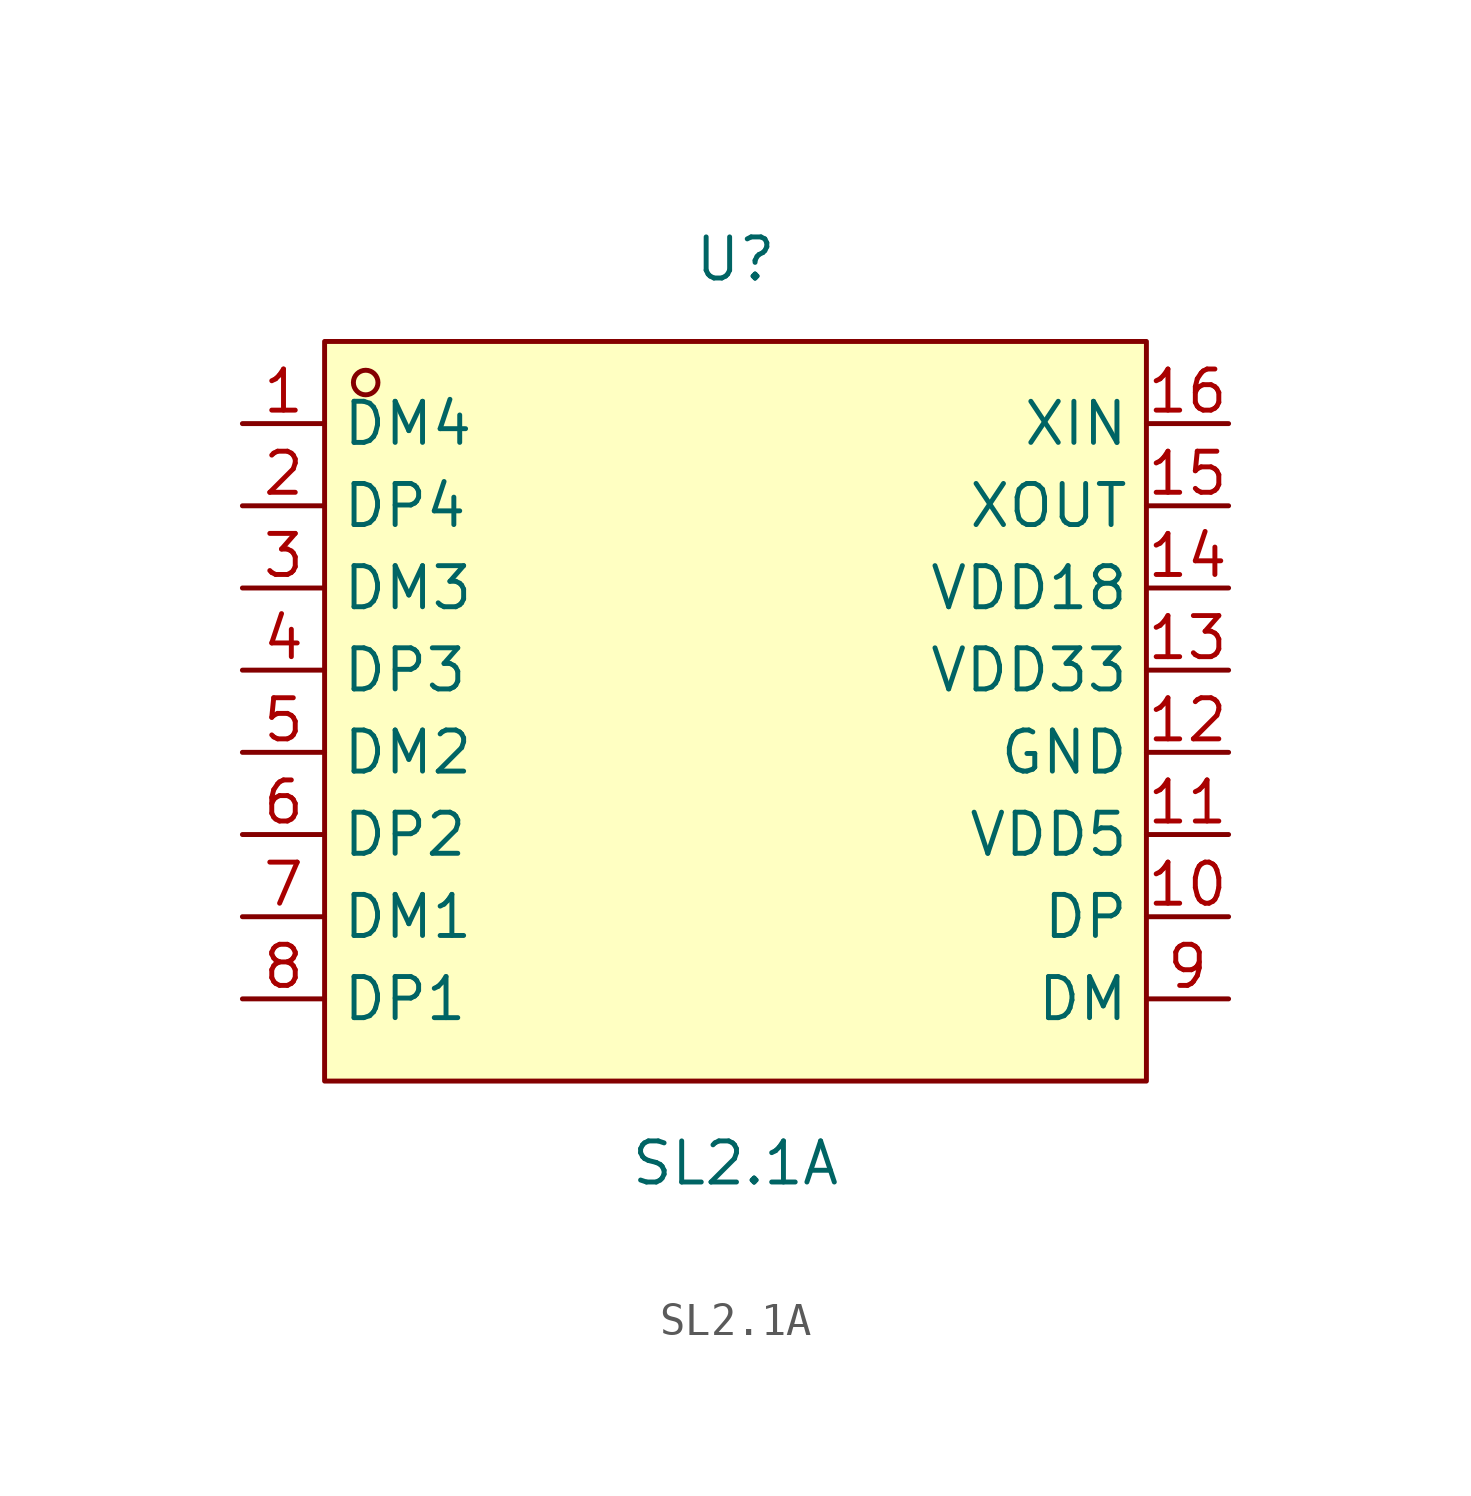
<source format=kicad_sym>
(kicad_symbol_lib
  (version 20211014)
  (generator https://github.com/uPesy/easyeda2kicad.py)
  (symbol "SL2.1A"
    (property "Reference" "U"
      (at 0 13.97 0)
      (effects (font (size 1.27 1.27))))
    (property "Value" "SL2.1A"
      (at 0 -13.97 0)
      (effects (font (size 1.27 1.27))))
    (symbol "SL2.1A_0_1"
      (rectangle (start -12.70 11.43) (end 12.70 -11.43) (stroke (width 0) (type default) (color 0 0 0 0)) (fill (type background)))
      (circle (center -11.43 10.16) (radius 0.38) (stroke (width 0) (type default) (color 0 0 0 0)) (fill (type none)))
      (pin unspecified line (at -15.24 8.89 0) (length 2.54) (name "DM4" (effects (font (size 1.27 1.27)))) (number "1" (effects (font (size 1.27 1.27)))))
      (pin unspecified line (at -15.24 6.35 0) (length 2.54) (name "DP4" (effects (font (size 1.27 1.27)))) (number "2" (effects (font (size 1.27 1.27)))))
      (pin unspecified line (at -15.24 3.81 0) (length 2.54) (name "DM3" (effects (font (size 1.27 1.27)))) (number "3" (effects (font (size 1.27 1.27)))))
      (pin unspecified line (at -15.24 1.27 0) (length 2.54) (name "DP3" (effects (font (size 1.27 1.27)))) (number "4" (effects (font (size 1.27 1.27)))))
      (pin unspecified line (at -15.24 -1.27 0) (length 2.54) (name "DM2" (effects (font (size 1.27 1.27)))) (number "5" (effects (font (size 1.27 1.27)))))
      (pin unspecified line (at -15.24 -3.81 0) (length 2.54) (name "DP2" (effects (font (size 1.27 1.27)))) (number "6" (effects (font (size 1.27 1.27)))))
      (pin unspecified line (at -15.24 -6.35 0) (length 2.54) (name "DM1" (effects (font (size 1.27 1.27)))) (number "7" (effects (font (size 1.27 1.27)))))
      (pin unspecified line (at -15.24 -8.89 0) (length 2.54) (name "DP1" (effects (font (size 1.27 1.27)))) (number "8" (effects (font (size 1.27 1.27)))))
      (pin unspecified line (at 15.24 -8.89 180) (length 2.54) (name "DM" (effects (font (size 1.27 1.27)))) (number "9" (effects (font (size 1.27 1.27)))))
      (pin unspecified line (at 15.24 -6.35 180) (length 2.54) (name "DP" (effects (font (size 1.27 1.27)))) (number "10" (effects (font (size 1.27 1.27)))))
      (pin unspecified line (at 15.24 -3.81 180) (length 2.54) (name "VDD5" (effects (font (size 1.27 1.27)))) (number "11" (effects (font (size 1.27 1.27)))))
      (pin unspecified line (at 15.24 -1.27 180) (length 2.54) (name "GND" (effects (font (size 1.27 1.27)))) (number "12" (effects (font (size 1.27 1.27)))))
      (pin unspecified line (at 15.24 1.27 180) (length 2.54) (name "VDD33" (effects (font (size 1.27 1.27)))) (number "13" (effects (font (size 1.27 1.27)))))
      (pin unspecified line (at 15.24 3.81 180) (length 2.54) (name "VDD18" (effects (font (size 1.27 1.27)))) (number "14" (effects (font (size 1.27 1.27)))))
      (pin unspecified line (at 15.24 6.35 180) (length 2.54) (name "XOUT" (effects (font (size 1.27 1.27)))) (number "15" (effects (font (size 1.27 1.27)))))
      (pin unspecified line (at 15.24 8.89 180) (length 2.54) (name "XIN" (effects (font (size 1.27 1.27)))) (number "16" (effects (font (size 1.27 1.27))))))))
</source>
